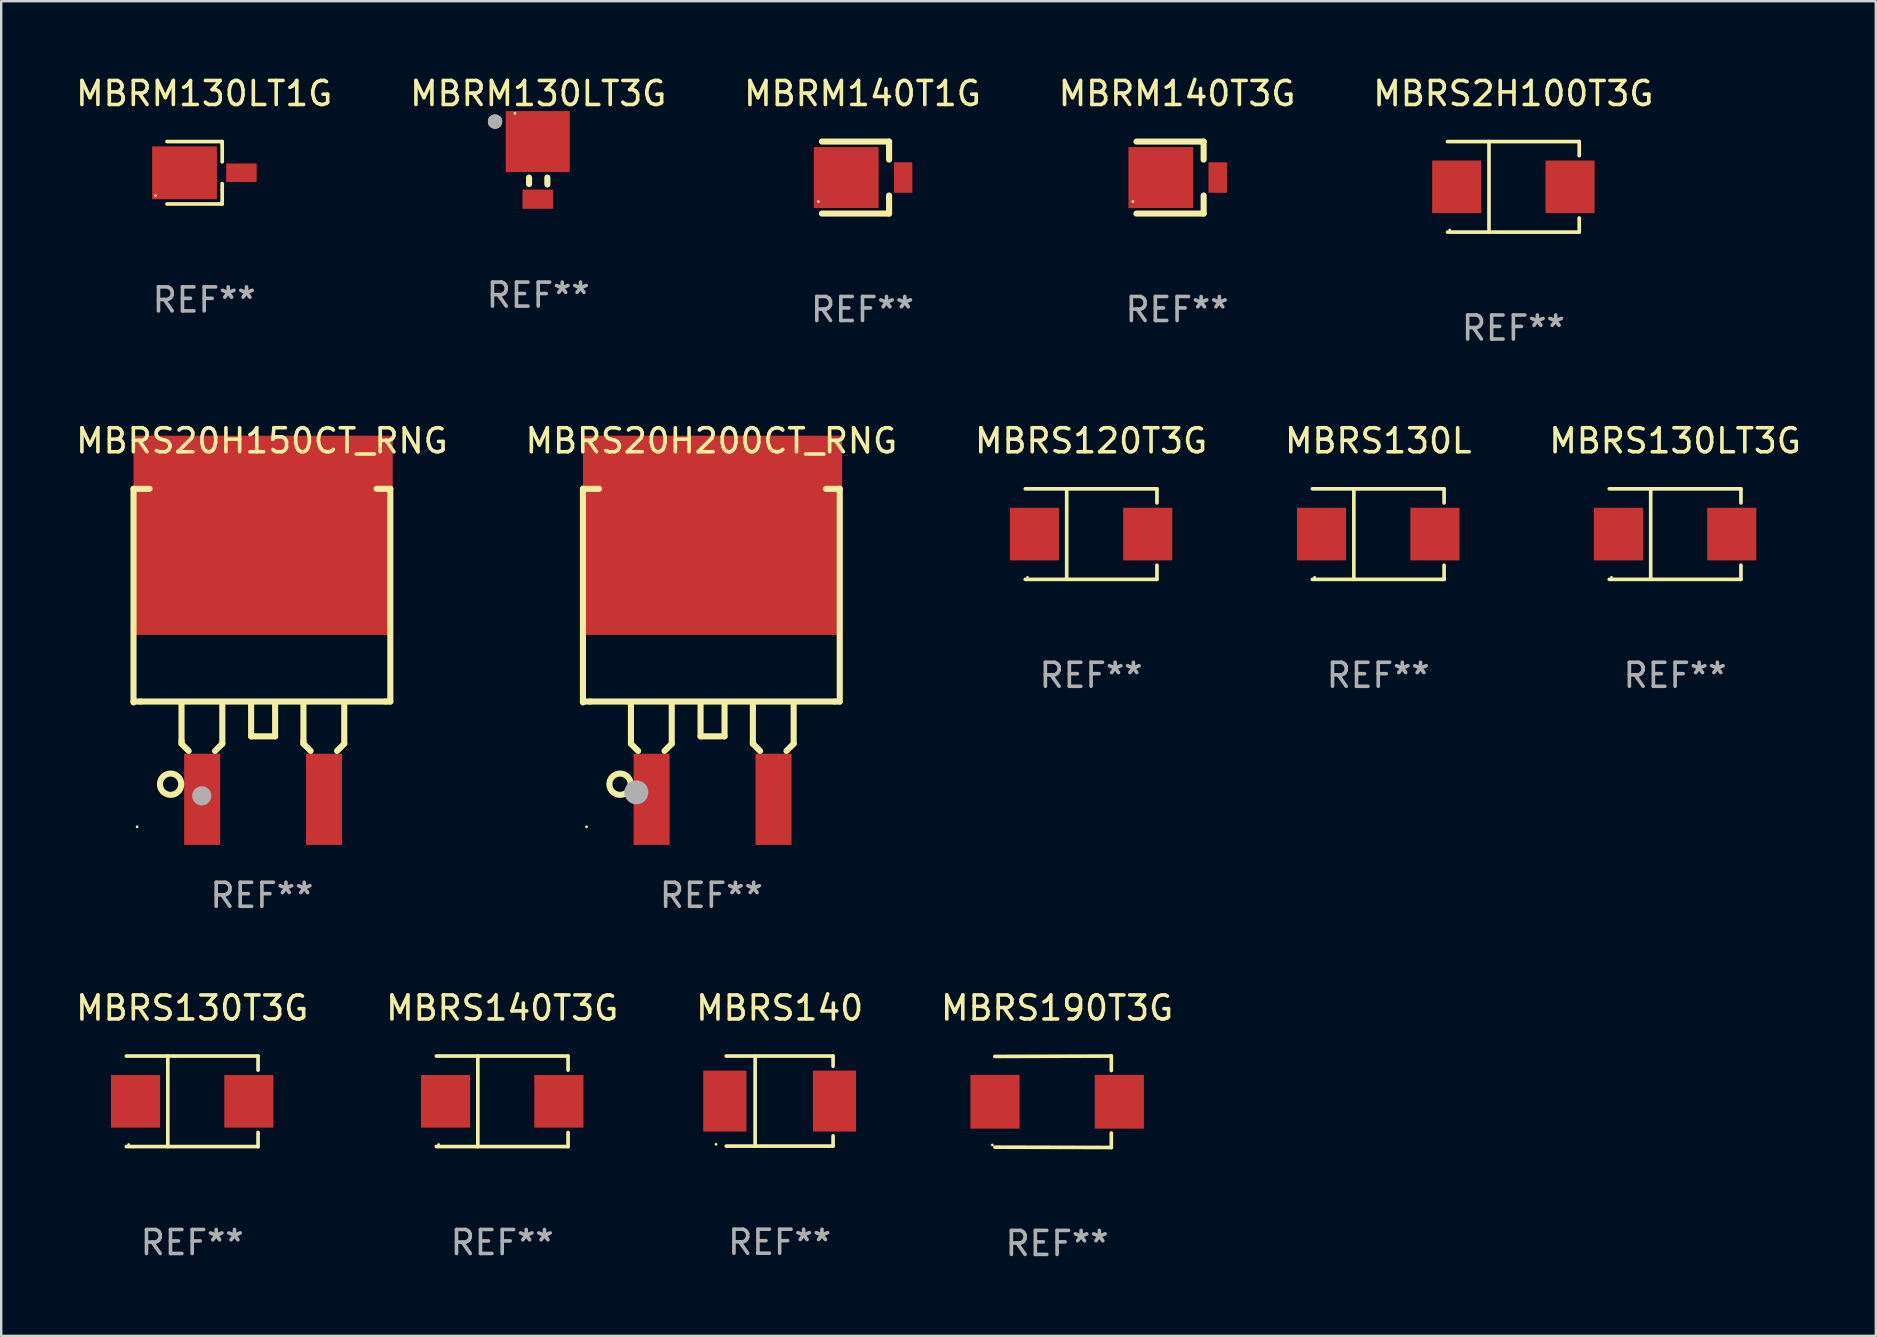
<source format=kicad_pcb>
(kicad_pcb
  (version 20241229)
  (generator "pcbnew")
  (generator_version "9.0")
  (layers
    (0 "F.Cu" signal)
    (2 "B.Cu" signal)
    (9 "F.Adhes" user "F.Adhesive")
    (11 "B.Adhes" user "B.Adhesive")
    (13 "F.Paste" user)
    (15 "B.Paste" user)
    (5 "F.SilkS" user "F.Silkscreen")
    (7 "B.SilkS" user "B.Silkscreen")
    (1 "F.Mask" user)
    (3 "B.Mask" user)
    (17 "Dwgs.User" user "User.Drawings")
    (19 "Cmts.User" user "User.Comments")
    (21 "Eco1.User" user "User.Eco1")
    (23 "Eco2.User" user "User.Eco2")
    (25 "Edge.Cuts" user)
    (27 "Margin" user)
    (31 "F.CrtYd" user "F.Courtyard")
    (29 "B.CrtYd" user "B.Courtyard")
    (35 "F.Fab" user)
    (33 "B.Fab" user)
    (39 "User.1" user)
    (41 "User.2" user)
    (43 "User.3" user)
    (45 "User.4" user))
  (footprint "MBRM130LT1G"
    (layer "F.Cu")
    (at 5.458 4.148)
    (property "Reference" "MBRM130LT1G" (at 0 -3.3 0) (layer "F.SilkS") (effects (font (size 1 1) (thickness 0.15))))
    (attr through_hole)
    (fp_line (start 0.75 -1.3) (end -1.55 -1.3) (stroke (width 0.152) (type solid)) (layer "F.SilkS"))
    (fp_line (start 0.75 -1.2) (end 0.75 -1.3) (stroke (width 0.152) (type solid)) (layer "F.SilkS"))
    (fp_line (start 0.75 -0.453) (end 0.75 -1.2) (stroke (width 0.152) (type solid)) (layer "F.SilkS"))
    (fp_line (start 0.75 0.7) (end 0.75 0.453) (stroke (width 0.152) (type solid)) (layer "F.SilkS"))
    (fp_line (start 0.75 0.7) (end 0.75 1.3) (stroke (width 0.152) (type solid)) (layer "F.SilkS"))
    (fp_line (start 0.75 1.3) (end -1.55 1.3) (stroke (width 0.152) (type solid)) (layer "F.SilkS"))
    (fp_circle (center -2.024 0.951) (end -1.994 0.951) (stroke (width 0.06) (type solid)) (fill no) (layer "F.SilkS"))
    (fp_text user "REF**" (at 0 5.3 0) (layer "F.Fab") (effects (font (size 1 1) (thickness 0.15))))
    (pad "1" smd rect (at -0.82 0.002) (size 2.7 2.2) (layers "F.Cu" "F.Mask" "F.Paste"))
    (pad "2" smd rect (at 1.55 0) (size 1.27 0.77) (layers "F.Cu" "F.Mask" "F.Paste")))
  (footprint "MBRS130T3G"
    (layer "F.Cu")
    (at 4.958 42.837)
    (property "Reference" "MBRS130T3G" (at 0 -3.886 0) (layer "F.SilkS") (effects (font (size 1 1) (thickness 0.15))))
    (attr through_hole)
    (fp_line (start -2.744 -1.886) (end 2.744 -1.886) (stroke (width 0.152) (type solid)) (layer "F.SilkS"))
    (fp_line (start -2.744 1.886) (end 2.744 1.886) (stroke (width 0.152) (type solid)) (layer "F.SilkS"))
    (fp_line (start -1.016 -1.886) (end -1.016 1.886) (stroke (width 0.152) (type solid)) (layer "F.SilkS"))
    (fp_line (start 2.744 -1.886) (end 2.744 -1.299) (stroke (width 0.152) (type solid)) (layer "F.SilkS"))
    (fp_line (start 2.744 1.886) (end 2.744 1.299) (stroke (width 0.152) (type solid)) (layer "F.SilkS"))
    (fp_circle (center -2.65 1.8) (end -2.62 1.8) (stroke (width 0.06) (type solid)) (fill no) (layer "F.SilkS"))
    (fp_text user "REF**" (at 0 5.886 0) (layer "F.Fab") (effects (font (size 1 1) (thickness 0.15))))
    (pad "1" smd rect (at -2.361 0) (size 2.047 2.192) (layers "F.Cu" "F.Mask" "F.Paste"))
    (pad "2" smd rect (at 2.361 0) (size 2.047 2.192) (layers "F.Cu" "F.Mask" "F.Paste")))
  (footprint "MBRM130LT3G"
    (layer "F.Cu")
    (at 19.375 4.048)
    (property "Reference" "MBRM130LT3G" (at 0 -3.2 0) (layer "F.SilkS") (effects (font (size 1 1) (thickness 0.15))))
    (attr through_hole)
    (fp_line (start -0.381 0.569) (end -0.381 0.301) (stroke (width 0.254) (type solid)) (layer "F.SilkS"))
    (fp_line (start 0.381 0.589) (end 0.381 0.301) (stroke (width 0.254) (type solid)) (layer "F.SilkS"))
    (fp_circle (center -1.798 -2.032) (end -1.648 -2.032) (stroke (width 0.3) (type solid)) (fill no) (layer "F.SilkS"))
    (fp_circle (center -0.97 -2.375) (end -0.94 -2.375) (stroke (width 0.06) (type solid)) (fill no) (layer "F.SilkS"))
    (fp_circle (center -1.798 -2.032) (end -1.648 -2.032) (stroke (width 0.3) (type solid)) (fill no) (layer "F.Fab"))
    (fp_text user "REF**" (at 0 5.2 0) (layer "F.Fab") (effects (font (size 1 1) (thickness 0.15))))
    (pad "1" smd rect (at -0.02 -1.2 270) (size 2.54 2.67) (layers "F.Cu" "F.Mask" "F.Paste"))
    (pad "2" smd rect (at -0.02 1.2 270) (size 0.8 1.27) (layers "F.Cu" "F.Mask" "F.Paste")))
  (footprint "MBRS20H200CT_RNG"
    (layer "F.Cu")
    (at 26.589 23.786)
    (property "Reference" "MBRS20H200CT_RNG" (at 0 -8.469 0) (layer "F.SilkS") (effects (font (size 1 1) (thickness 0.15))))
    (attr through_hole)
    (fp_line (start -5.35 -6.469) (end -5.35 2.431) (stroke (width 0.254) (type solid)) (layer "F.SilkS"))
    (fp_line (start -5.05 2.394) (end -5.35 2.394) (stroke (width 0.254) (type solid)) (layer "F.SilkS"))
    (fp_line (start -4.681 -6.469) (end -5.35 -6.469) (stroke (width 0.254) (type solid)) (layer "F.SilkS"))
    (fp_line (start -3.35 2.431) (end -3.35 4.031) (stroke (width 0.254) (type solid)) (layer "F.SilkS"))
    (fp_line (start -3.35 4.031) (end -3.35 4.152) (stroke (width 0.254) (type solid)) (layer "F.SilkS"))
    (fp_line (start -3.35 4.152) (end -3.05 4.452) (stroke (width 0.254) (type solid)) (layer "F.SilkS"))
    (fp_line (start -1.65 2.452) (end -1.65 4.152) (stroke (width 0.254) (type solid)) (layer "F.SilkS"))
    (fp_line (start -1.65 4.152) (end -1.95 4.452) (stroke (width 0.254) (type solid)) (layer "F.SilkS"))
    (fp_line (start -0.45 2.432) (end -0.45 3.844) (stroke (width 0.254) (type solid)) (layer "F.SilkS"))
    (fp_line (start -0.45 3.844) (end 0.55 3.844) (stroke (width 0.254) (type solid)) (layer "F.SilkS"))
    (fp_line (start 0.55 3.844) (end 0.55 2.432) (stroke (width 0.254) (type solid)) (layer "F.SilkS"))
    (fp_line (start 1.73 2.431) (end 1.73 4.031) (stroke (width 0.254) (type solid)) (layer "F.SilkS"))
    (fp_line (start 1.73 4.031) (end 1.73 4.152) (stroke (width 0.254) (type solid)) (layer "F.SilkS"))
    (fp_line (start 1.73 4.152) (end 2.03 4.452) (stroke (width 0.254) (type solid)) (layer "F.SilkS"))
    (fp_line (start 3.43 2.452) (end 3.43 4.152) (stroke (width 0.254) (type solid)) (layer "F.SilkS"))
    (fp_line (start 3.43 4.152) (end 3.13 4.452) (stroke (width 0.254) (type solid)) (layer "F.SilkS"))
    (fp_line (start 5.15 2.394) (end -5.05 2.394) (stroke (width 0.254) (type solid)) (layer "F.SilkS"))
    (fp_line (start 5.15 2.394) (end 5.35 2.394) (stroke (width 0.254) (type solid)) (layer "F.SilkS"))
    (fp_line (start 5.35 -6.469) (end 4.781 -6.469) (stroke (width 0.254) (type solid)) (layer "F.SilkS"))
    (fp_line (start 5.35 2.394) (end 5.35 -6.469) (stroke (width 0.254) (type solid)) (layer "F.SilkS"))
    (fp_circle (center -5.2 7.614) (end -5.17 7.614) (stroke (width 0.06) (type solid)) (fill no) (layer "F.SilkS"))
    (fp_circle (center -3.805 5.838) (end -3.361 5.838) (stroke (width 0.254) (type solid)) (fill no) (layer "F.SilkS"))
    (fp_circle (center -3.125 6.176) (end -2.875 6.176) (stroke (width 0.5) (type solid)) (fill no) (layer "F.Fab"))
    (fp_text user "REF**" (at 0 10.469 0) (layer "F.Fab") (effects (font (size 1 1) (thickness 0.15))))
    (pad "1" smd rect (at -2.49 6.469) (size 1.5 3.8) (layers "F.Cu" "F.Mask" "F.Paste"))
    (pad "2" smd rect (at 2.59 6.469) (size 1.5 3.8) (layers "F.Cu" "F.Mask" "F.Paste"))
    (pad "3" smd rect (at 0.05 -4.531) (size 10.8 8.3) (layers "F.Cu" "F.Mask" "F.Paste")))
  (footprint "MBRS190T3G"
    (layer "F.Cu")
    (at 40.994 42.856)
    (property "Reference" "MBRS190T3G" (at 0 -3.905 0) (layer "F.SilkS") (effects (font (size 1 1) (thickness 0.15))))
    (attr through_hole)
    (fp_line (start 2.256 -1.905) (end -2.594 -1.889) (stroke (width 0.152) (type solid)) (layer "F.SilkS"))
    (fp_line (start 2.256 -1.905) (end 2.26 -1.905) (stroke (width 0.152) (type solid)) (layer "F.SilkS"))
    (fp_line (start 2.26 -1.905) (end 2.26 -1.301) (stroke (width 0.152) (type solid)) (layer "F.SilkS"))
    (fp_line (start 2.26 1.301) (end 2.26 1.905) (stroke (width 0.152) (type solid)) (layer "F.SilkS"))
    (fp_line (start 2.26 1.905) (end -2.59 1.892) (stroke (width 0.152) (type solid)) (layer "F.SilkS"))
    (fp_circle (center -2.697 1.8) (end -2.667 1.8) (stroke (width 0.06) (type solid)) (fill no) (layer "F.SilkS"))
    (fp_text user "REF**" (at 0 5.905 0) (layer "F.Fab") (effects (font (size 1 1) (thickness 0.15))))
    (pad "1" smd rect (at -2.588 0) (size 2.047 2.241) (layers "F.Cu" "F.Mask" "F.Paste"))
    (pad "2" smd rect (at 2.594 0) (size 2.047 2.241) (layers "F.Cu" "F.Mask" "F.Paste")))
  (footprint "MBRS140"
    (layer "F.Cu")
    (at 29.435 42.831)
    (property "Reference" "MBRS140" (at 0 -3.88 0) (layer "F.SilkS") (effects (font (size 1 1) (thickness 0.15))))
    (attr through_hole)
    (fp_line (start -2.226 -1.88) (end 2.226 -1.88) (stroke (width 0.152) (type solid)) (layer "F.SilkS"))
    (fp_line (start -2.226 1.873) (end 2.226 1.873) (stroke (width 0.152) (type solid)) (layer "F.SilkS"))
    (fp_line (start -1.022 -1.873) (end -1.022 1.88) (stroke (width 0.152) (type solid)) (layer "F.SilkS"))
    (fp_line (start 2.226 -1.88) (end 2.226 -1.453) (stroke (width 0.152) (type solid)) (layer "F.SilkS"))
    (fp_line (start 2.226 1.447) (end 2.226 1.873) (stroke (width 0.152) (type solid)) (layer "F.SilkS"))
    (fp_circle (center -2.65 1.797) (end -2.62 1.797) (stroke (width 0.06) (type solid)) (fill no) (layer "F.SilkS"))
    (fp_text user "REF**" (at 0 5.88 0) (layer "F.Fab") (effects (font (size 1 1) (thickness 0.15))))
    (pad "1" smd rect (at -2.285 -0.003) (size 1.8 2.54) (layers "F.Cu" "F.Mask" "F.Paste"))
    (pad "2" smd rect (at 2.285 -0.003) (size 1.8 2.54) (layers "F.Cu" "F.Mask" "F.Paste")))
  (footprint "MBRS130L"
    (layer "F.Cu")
    (at 54.375 19.203)
    (property "Reference" "MBRS130L" (at 0 -3.886 0) (layer "F.SilkS") (effects (font (size 1 1) (thickness 0.15))))
    (attr through_hole)
    (fp_line (start -2.744 -1.886) (end 2.744 -1.886) (stroke (width 0.152) (type solid)) (layer "F.SilkS"))
    (fp_line (start -2.744 1.886) (end 2.744 1.886) (stroke (width 0.152) (type solid)) (layer "F.SilkS"))
    (fp_line (start -1.016 -1.886) (end -1.016 1.886) (stroke (width 0.152) (type solid)) (layer "F.SilkS"))
    (fp_line (start 2.744 -1.886) (end 2.744 -1.299) (stroke (width 0.152) (type solid)) (layer "F.SilkS"))
    (fp_line (start 2.744 1.886) (end 2.744 1.299) (stroke (width 0.152) (type solid)) (layer "F.SilkS"))
    (fp_circle (center -2.65 1.8) (end -2.62 1.8) (stroke (width 0.06) (type solid)) (fill no) (layer "F.SilkS"))
    (fp_text user "REF**" (at 0 5.886 0) (layer "F.Fab") (effects (font (size 1 1) (thickness 0.15))))
    (pad "1" smd rect (at -2.361 0) (size 2.047 2.192) (layers "F.Cu" "F.Mask" "F.Paste"))
    (pad "2" smd rect (at 2.361 0) (size 2.047 2.192) (layers "F.Cu" "F.Mask" "F.Paste")))
  (footprint "MBRS140T3G"
    (layer "F.Cu")
    (at 17.875 42.837)
    (property "Reference" "MBRS140T3G" (at 0 -3.886 0) (layer "F.SilkS") (effects (font (size 1 1) (thickness 0.15))))
    (attr through_hole)
    (fp_line (start -2.744 -1.886) (end 2.744 -1.886) (stroke (width 0.152) (type solid)) (layer "F.SilkS"))
    (fp_line (start -2.744 1.886) (end 2.744 1.886) (stroke (width 0.152) (type solid)) (layer "F.SilkS"))
    (fp_line (start -1.016 -1.886) (end -1.016 1.886) (stroke (width 0.152) (type solid)) (layer "F.SilkS"))
    (fp_line (start 2.744 -1.886) (end 2.744 -1.299) (stroke (width 0.152) (type solid)) (layer "F.SilkS"))
    (fp_line (start 2.744 1.886) (end 2.744 1.299) (stroke (width 0.152) (type solid)) (layer "F.SilkS"))
    (fp_circle (center -2.65 1.8) (end -2.62 1.8) (stroke (width 0.06) (type solid)) (fill no) (layer "F.SilkS"))
    (fp_text user "REF**" (at 0 5.886 0) (layer "F.Fab") (effects (font (size 1 1) (thickness 0.15))))
    (pad "1" smd rect (at -2.361 0) (size 2.047 2.192) (layers "F.Cu" "F.Mask" "F.Paste"))
    (pad "2" smd rect (at 2.361 0) (size 2.047 2.192) (layers "F.Cu" "F.Mask" "F.Paste")))
  (footprint "MBRS130LT3G"
    (layer "F.Cu")
    (at 66.744 19.203)
    (property "Reference" "MBRS130LT3G" (at 0 -3.886 0) (layer "F.SilkS") (effects (font (size 1 1) (thickness 0.15))))
    (attr through_hole)
    (fp_line (start -2.744 -1.886) (end 2.744 -1.886) (stroke (width 0.152) (type solid)) (layer "F.SilkS"))
    (fp_line (start -2.744 1.886) (end 2.744 1.886) (stroke (width 0.152) (type solid)) (layer "F.SilkS"))
    (fp_line (start -1.016 -1.886) (end -1.016 1.886) (stroke (width 0.152) (type solid)) (layer "F.SilkS"))
    (fp_line (start 2.744 -1.886) (end 2.744 -1.299) (stroke (width 0.152) (type solid)) (layer "F.SilkS"))
    (fp_line (start 2.744 1.886) (end 2.744 1.299) (stroke (width 0.152) (type solid)) (layer "F.SilkS"))
    (fp_circle (center -2.65 1.8) (end -2.62 1.8) (stroke (width 0.06) (type solid)) (fill no) (layer "F.SilkS"))
    (fp_text user "REF**" (at 0 5.886 0) (layer "F.Fab") (effects (font (size 1 1) (thickness 0.15))))
    (pad "1" smd rect (at -2.361 0) (size 2.047 2.192) (layers "F.Cu" "F.Mask" "F.Paste"))
    (pad "2" smd rect (at 2.361 0) (size 2.047 2.192) (layers "F.Cu" "F.Mask" "F.Paste")))
  (footprint "MBRM140T1G"
    (layer "F.Cu")
    (at 32.887 4.348)
    (property "Reference" "MBRM140T1G" (at 0 -3.5 0) (layer "F.SilkS") (effects (font (size 1 1) (thickness 0.15))))
    (attr through_hole)
    (fp_line (start -1.693 -1.5) (end 1.107 -1.5) (stroke (width 0.254) (type solid)) (layer "F.SilkS"))
    (fp_line (start -1.693 1.5) (end 1.107 1.5) (stroke (width 0.254) (type solid)) (layer "F.SilkS"))
    (fp_line (start 1.107 -1.5) (end 1.107 -0.749) (stroke (width 0.254) (type solid)) (layer "F.SilkS"))
    (fp_line (start 1.107 0.748) (end 1.107 1.5) (stroke (width 0.254) (type solid)) (layer "F.SilkS"))
    (fp_circle (center -1.842 1) (end -1.812 1) (stroke (width 0.06) (type solid)) (fill no) (layer "F.SilkS"))
    (fp_text user "REF**" (at 0 5.5 0) (layer "F.Fab") (effects (font (size 1 1) (thickness 0.15))))
    (pad "1" smd rect (at -0.678 0.001) (size 2.7 2.54) (layers "F.Cu" "F.Mask" "F.Paste"))
    (pad "2" smd rect (at 1.693 -0.001) (size 0.77 1.27) (layers "F.Cu" "F.Mask" "F.Paste")))
  (footprint "MBRM140T3G"
    (layer "F.Cu")
    (at 45.994 4.348)
    (property "Reference" "MBRM140T3G" (at 0 -3.5 0) (layer "F.SilkS") (effects (font (size 1 1) (thickness 0.15))))
    (attr through_hole)
    (fp_line (start -1.693 -1.5) (end 1.107 -1.5) (stroke (width 0.254) (type solid)) (layer "F.SilkS"))
    (fp_line (start -1.693 1.5) (end 1.107 1.5) (stroke (width 0.254) (type solid)) (layer "F.SilkS"))
    (fp_line (start 1.107 -1.5) (end 1.107 -0.749) (stroke (width 0.254) (type solid)) (layer "F.SilkS"))
    (fp_line (start 1.107 0.748) (end 1.107 1.5) (stroke (width 0.254) (type solid)) (layer "F.SilkS"))
    (fp_circle (center -1.842 1) (end -1.812 1) (stroke (width 0.06) (type solid)) (fill no) (layer "F.SilkS"))
    (fp_text user "REF**" (at 0 5.5 0) (layer "F.Fab") (effects (font (size 1 1) (thickness 0.15))))
    (pad "1" smd rect (at -0.678 0.001) (size 2.7 2.54) (layers "F.Cu" "F.Mask" "F.Paste"))
    (pad "2" smd rect (at 1.693 -0.001) (size 0.77 1.27) (layers "F.Cu" "F.Mask" "F.Paste")))
  (footprint "MBRS2H100T3G"
    (layer "F.Cu")
    (at 60.006 4.734)
    (property "Reference" "MBRS2H100T3G" (at 0 -3.886 0) (layer "F.SilkS") (effects (font (size 1 1) (thickness 0.15))))
    (attr through_hole)
    (fp_line (start -2.744 -1.886) (end 2.744 -1.886) (stroke (width 0.152) (type solid)) (layer "F.SilkS"))
    (fp_line (start -2.744 1.886) (end 2.744 1.886) (stroke (width 0.152) (type solid)) (layer "F.SilkS"))
    (fp_line (start -1.016 -1.886) (end -1.016 1.886) (stroke (width 0.152) (type solid)) (layer "F.SilkS"))
    (fp_line (start 2.744 -1.886) (end 2.744 -1.299) (stroke (width 0.152) (type solid)) (layer "F.SilkS"))
    (fp_line (start 2.744 1.886) (end 2.744 1.299) (stroke (width 0.152) (type solid)) (layer "F.SilkS"))
    (fp_circle (center -2.65 1.8) (end -2.62 1.8) (stroke (width 0.06) (type solid)) (fill no) (layer "F.SilkS"))
    (fp_text user "REF**" (at 0 5.886 0) (layer "F.Fab") (effects (font (size 1 1) (thickness 0.15))))
    (pad "1" smd rect (at -2.361 0) (size 2.047 2.192) (layers "F.Cu" "F.Mask" "F.Paste"))
    (pad "2" smd rect (at 2.361 0) (size 2.047 2.192) (layers "F.Cu" "F.Mask" "F.Paste")))
  (footprint "MBRS20H150CT_RNG"
    (layer "F.Cu")
    (at 7.863 23.786)
    (property "Reference" "MBRS20H150CT_RNG" (at 0 -8.469 0) (layer "F.SilkS") (effects (font (size 1 1) (thickness 0.15))))
    (attr through_hole)
    (fp_line (start -5.35 -6.469) (end -5.35 2.431) (stroke (width 0.254) (type solid)) (layer "F.SilkS"))
    (fp_line (start -5.05 2.394) (end -5.35 2.394) (stroke (width 0.254) (type solid)) (layer "F.SilkS"))
    (fp_line (start -4.681 -6.469) (end -5.35 -6.469) (stroke (width 0.254) (type solid)) (layer "F.SilkS"))
    (fp_line (start -3.35 2.431) (end -3.35 4.031) (stroke (width 0.254) (type solid)) (layer "F.SilkS"))
    (fp_line (start -3.35 4.031) (end -3.35 4.152) (stroke (width 0.254) (type solid)) (layer "F.SilkS"))
    (fp_line (start -3.35 4.152) (end -3.05 4.452) (stroke (width 0.254) (type solid)) (layer "F.SilkS"))
    (fp_line (start -1.65 2.452) (end -1.65 4.152) (stroke (width 0.254) (type solid)) (layer "F.SilkS"))
    (fp_line (start -1.65 4.152) (end -1.95 4.452) (stroke (width 0.254) (type solid)) (layer "F.SilkS"))
    (fp_line (start -0.45 2.432) (end -0.45 3.844) (stroke (width 0.254) (type solid)) (layer "F.SilkS"))
    (fp_line (start -0.45 3.844) (end 0.55 3.844) (stroke (width 0.254) (type solid)) (layer "F.SilkS"))
    (fp_line (start 0.55 3.844) (end 0.55 2.432) (stroke (width 0.254) (type solid)) (layer "F.SilkS"))
    (fp_line (start 1.73 2.431) (end 1.73 4.031) (stroke (width 0.254) (type solid)) (layer "F.SilkS"))
    (fp_line (start 1.73 4.031) (end 1.73 4.152) (stroke (width 0.254) (type solid)) (layer "F.SilkS"))
    (fp_line (start 1.73 4.152) (end 2.03 4.452) (stroke (width 0.254) (type solid)) (layer "F.SilkS"))
    (fp_line (start 3.43 2.452) (end 3.43 4.152) (stroke (width 0.254) (type solid)) (layer "F.SilkS"))
    (fp_line (start 3.43 4.152) (end 3.13 4.452) (stroke (width 0.254) (type solid)) (layer "F.SilkS"))
    (fp_line (start 5.15 2.394) (end -5.05 2.394) (stroke (width 0.254) (type solid)) (layer "F.SilkS"))
    (fp_line (start 5.15 2.394) (end 5.35 2.394) (stroke (width 0.254) (type solid)) (layer "F.SilkS"))
    (fp_line (start 5.35 -6.469) (end 4.781 -6.469) (stroke (width 0.254) (type solid)) (layer "F.SilkS"))
    (fp_line (start 5.35 2.394) (end 5.35 -6.469) (stroke (width 0.254) (type solid)) (layer "F.SilkS"))
    (fp_circle (center -5.2 7.614) (end -5.17 7.614) (stroke (width 0.06) (type solid)) (fill no) (layer "F.SilkS"))
    (fp_circle (center -3.805 5.838) (end -3.361 5.838) (stroke (width 0.254) (type solid)) (fill no) (layer "F.SilkS"))
    (fp_circle (center -2.506 6.323) (end -2.306 6.323) (stroke (width 0.4) (type solid)) (fill no) (layer "F.Fab"))
    (fp_text user "REF**" (at 0 10.469 0) (layer "F.Fab") (effects (font (size 1 1) (thickness 0.15))))
    (pad "1" smd rect (at -2.49 6.469) (size 1.5 3.8) (layers "F.Cu" "F.Mask" "F.Paste"))
    (pad "2" smd rect (at 0.05 -4.531) (size 10.8 8.3) (layers "F.Cu" "F.Mask" "F.Paste"))
    (pad "3" smd rect (at 2.59 6.469) (size 1.5 3.8) (layers "F.Cu" "F.Mask" "F.Paste")))
  (footprint "MBRS120T3G"
    (layer "F.Cu")
    (at 42.411 19.203)
    (property "Reference" "MBRS120T3G" (at 0 -3.886 0) (layer "F.SilkS") (effects (font (size 1 1) (thickness 0.15))))
    (attr through_hole)
    (fp_line (start -2.744 -1.886) (end 2.744 -1.886) (stroke (width 0.152) (type solid)) (layer "F.SilkS"))
    (fp_line (start -2.744 1.886) (end 2.744 1.886) (stroke (width 0.152) (type solid)) (layer "F.SilkS"))
    (fp_line (start -1.016 -1.886) (end -1.016 1.886) (stroke (width 0.152) (type solid)) (layer "F.SilkS"))
    (fp_line (start 2.744 -1.886) (end 2.744 -1.299) (stroke (width 0.152) (type solid)) (layer "F.SilkS"))
    (fp_line (start 2.744 1.886) (end 2.744 1.299) (stroke (width 0.152) (type solid)) (layer "F.SilkS"))
    (fp_circle (center -2.65 1.8) (end -2.62 1.8) (stroke (width 0.06) (type solid)) (fill no) (layer "F.SilkS"))
    (fp_text user "REF**" (at 0 5.886 0) (layer "F.Fab") (effects (font (size 1 1) (thickness 0.15))))
    (pad "1" smd rect (at -2.361 0) (size 2.047 2.192) (layers "F.Cu" "F.Mask" "F.Paste"))
    (pad "2" smd rect (at 2.361 0) (size 2.047 2.192) (layers "F.Cu" "F.Mask" "F.Paste")))
  (gr_rect
    (start -3 -3)
    (end 75.107 52.61)
    (stroke (width 0.1) (type default))
    (fill no)
    (layer "Edge.Cuts")))
</source>
